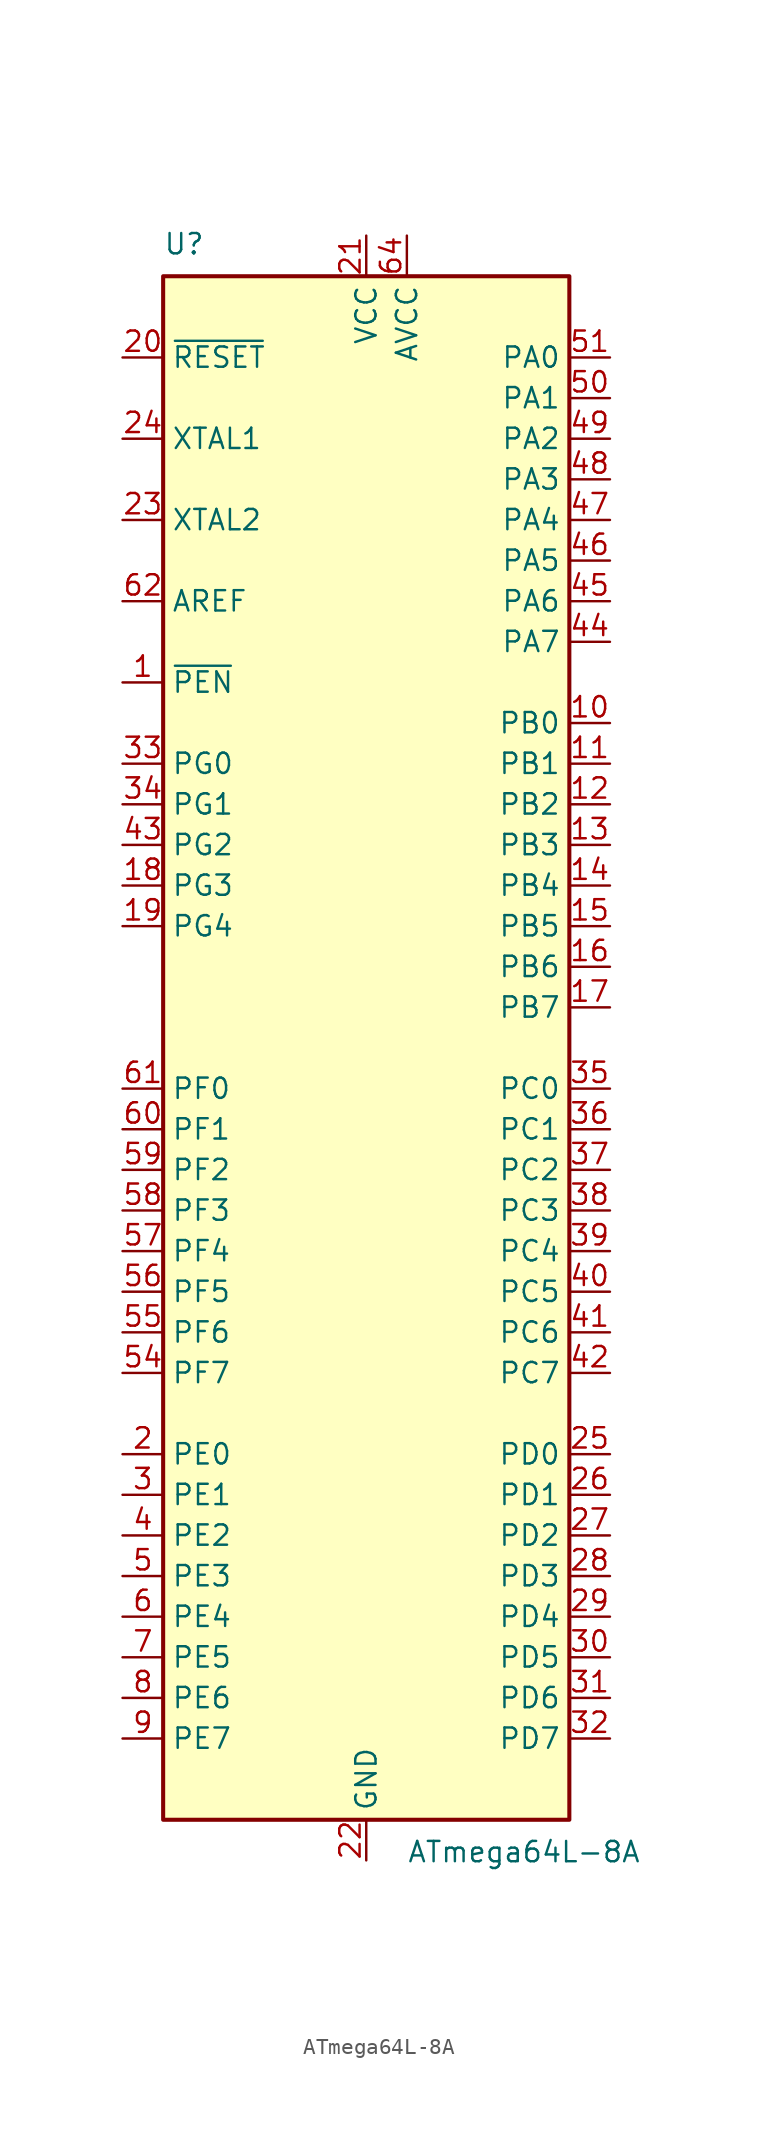
<source format=kicad_sym>
(kicad_symbol_lib
  (version 20211014)
  (generator kicad_symbol_editor)
  (symbol "ATmega64L-8A"
    (property "Reference" "U"
      (at -12.7 49.53 0)
      (effects (font (size 1.27 1.27)) (justify left bottom)))
    (property "Value" "ATmega64L-8A"
      (at 2.54 -49.53 0)
      (effects (font (size 1.27 1.27)) (justify left top)))
    (symbol "ATmega64L-8A_0_1"
      (rectangle (start -12.7 -48.26) (end 12.7 48.26) (stroke (width 0.254) (type default) (color 0 0 0 0)) (fill (type background))))
    (symbol "ATmega64L-8A_1_1"
      (pin input line (at -15.24 22.86 0) (length 2.54) (name "~{PEN}" (effects (font (size 1.27 1.27)))) (number "1" (effects (font (size 1.27 1.27)))))
      (pin bidirectional line (at 15.24 20.32 180) (length 2.54) (name "PB0" (effects (font (size 1.27 1.27)))) (number "10" (effects (font (size 1.27 1.27)))))
      (pin bidirectional line (at 15.24 17.78 180) (length 2.54) (name "PB1" (effects (font (size 1.27 1.27)))) (number "11" (effects (font (size 1.27 1.27)))))
      (pin bidirectional line (at 15.24 15.24 180) (length 2.54) (name "PB2" (effects (font (size 1.27 1.27)))) (number "12" (effects (font (size 1.27 1.27)))))
      (pin bidirectional line (at 15.24 12.7 180) (length 2.54) (name "PB3" (effects (font (size 1.27 1.27)))) (number "13" (effects (font (size 1.27 1.27)))))
      (pin bidirectional line (at 15.24 10.16 180) (length 2.54) (name "PB4" (effects (font (size 1.27 1.27)))) (number "14" (effects (font (size 1.27 1.27)))))
      (pin bidirectional line (at 15.24 7.62 180) (length 2.54) (name "PB5" (effects (font (size 1.27 1.27)))) (number "15" (effects (font (size 1.27 1.27)))))
      (pin bidirectional line (at 15.24 5.08 180) (length 2.54) (name "PB6" (effects (font (size 1.27 1.27)))) (number "16" (effects (font (size 1.27 1.27)))))
      (pin bidirectional line (at 15.24 2.54 180) (length 2.54) (name "PB7" (effects (font (size 1.27 1.27)))) (number "17" (effects (font (size 1.27 1.27)))))
      (pin bidirectional line (at -15.24 10.16 0) (length 2.54) (name "PG3" (effects (font (size 1.27 1.27)))) (number "18" (effects (font (size 1.27 1.27)))))
      (pin bidirectional line (at -15.24 7.62 0) (length 2.54) (name "PG4" (effects (font (size 1.27 1.27)))) (number "19" (effects (font (size 1.27 1.27)))))
      (pin bidirectional line (at -15.24 -25.4 0) (length 2.54) (name "PE0" (effects (font (size 1.27 1.27)))) (number "2" (effects (font (size 1.27 1.27)))))
      (pin input line (at -15.24 43.18 0) (length 2.54) (name "~{RESET}" (effects (font (size 1.27 1.27)))) (number "20" (effects (font (size 1.27 1.27)))))
      (pin power_in line (at 0 50.8 270) (length 2.54) (name "VCC" (effects (font (size 1.27 1.27)))) (number "21" (effects (font (size 1.27 1.27)))))
      (pin power_in line (at 0 -50.8 90) (length 2.54) (name "GND" (effects (font (size 1.27 1.27)))) (number "22" (effects (font (size 1.27 1.27)))))
      (pin output line (at -15.24 33.02 0) (length 2.54) (name "XTAL2" (effects (font (size 1.27 1.27)))) (number "23" (effects (font (size 1.27 1.27)))))
      (pin input line (at -15.24 38.1 0) (length 2.54) (name "XTAL1" (effects (font (size 1.27 1.27)))) (number "24" (effects (font (size 1.27 1.27)))))
      (pin bidirectional line (at 15.24 -25.4 180) (length 2.54) (name "PD0" (effects (font (size 1.27 1.27)))) (number "25" (effects (font (size 1.27 1.27)))))
      (pin bidirectional line (at 15.24 -27.94 180) (length 2.54) (name "PD1" (effects (font (size 1.27 1.27)))) (number "26" (effects (font (size 1.27 1.27)))))
      (pin bidirectional line (at 15.24 -30.48 180) (length 2.54) (name "PD2" (effects (font (size 1.27 1.27)))) (number "27" (effects (font (size 1.27 1.27)))))
      (pin bidirectional line (at 15.24 -33.02 180) (length 2.54) (name "PD3" (effects (font (size 1.27 1.27)))) (number "28" (effects (font (size 1.27 1.27)))))
      (pin bidirectional line (at 15.24 -35.56 180) (length 2.54) (name "PD4" (effects (font (size 1.27 1.27)))) (number "29" (effects (font (size 1.27 1.27)))))
      (pin bidirectional line (at -15.24 -27.94 0) (length 2.54) (name "PE1" (effects (font (size 1.27 1.27)))) (number "3" (effects (font (size 1.27 1.27)))))
      (pin bidirectional line (at 15.24 -38.1 180) (length 2.54) (name "PD5" (effects (font (size 1.27 1.27)))) (number "30" (effects (font (size 1.27 1.27)))))
      (pin bidirectional line (at 15.24 -40.64 180) (length 2.54) (name "PD6" (effects (font (size 1.27 1.27)))) (number "31" (effects (font (size 1.27 1.27)))))
      (pin bidirectional line (at 15.24 -43.18 180) (length 2.54) (name "PD7" (effects (font (size 1.27 1.27)))) (number "32" (effects (font (size 1.27 1.27)))))
      (pin bidirectional line (at -15.24 17.78 0) (length 2.54) (name "PG0" (effects (font (size 1.27 1.27)))) (number "33" (effects (font (size 1.27 1.27)))))
      (pin bidirectional line (at -15.24 15.24 0) (length 2.54) (name "PG1" (effects (font (size 1.27 1.27)))) (number "34" (effects (font (size 1.27 1.27)))))
      (pin bidirectional line (at 15.24 -2.54 180) (length 2.54) (name "PC0" (effects (font (size 1.27 1.27)))) (number "35" (effects (font (size 1.27 1.27)))))
      (pin bidirectional line (at 15.24 -5.08 180) (length 2.54) (name "PC1" (effects (font (size 1.27 1.27)))) (number "36" (effects (font (size 1.27 1.27)))))
      (pin bidirectional line (at 15.24 -7.62 180) (length 2.54) (name "PC2" (effects (font (size 1.27 1.27)))) (number "37" (effects (font (size 1.27 1.27)))))
      (pin bidirectional line (at 15.24 -10.16 180) (length 2.54) (name "PC3" (effects (font (size 1.27 1.27)))) (number "38" (effects (font (size 1.27 1.27)))))
      (pin bidirectional line (at 15.24 -12.7 180) (length 2.54) (name "PC4" (effects (font (size 1.27 1.27)))) (number "39" (effects (font (size 1.27 1.27)))))
      (pin bidirectional line (at -15.24 -30.48 0) (length 2.54) (name "PE2" (effects (font (size 1.27 1.27)))) (number "4" (effects (font (size 1.27 1.27)))))
      (pin bidirectional line (at 15.24 -15.24 180) (length 2.54) (name "PC5" (effects (font (size 1.27 1.27)))) (number "40" (effects (font (size 1.27 1.27)))))
      (pin bidirectional line (at 15.24 -17.78 180) (length 2.54) (name "PC6" (effects (font (size 1.27 1.27)))) (number "41" (effects (font (size 1.27 1.27)))))
      (pin bidirectional line (at 15.24 -20.32 180) (length 2.54) (name "PC7" (effects (font (size 1.27 1.27)))) (number "42" (effects (font (size 1.27 1.27)))))
      (pin bidirectional line (at -15.24 12.7 0) (length 2.54) (name "PG2" (effects (font (size 1.27 1.27)))) (number "43" (effects (font (size 1.27 1.27)))))
      (pin bidirectional line (at 15.24 25.4 180) (length 2.54) (name "PA7" (effects (font (size 1.27 1.27)))) (number "44" (effects (font (size 1.27 1.27)))))
      (pin bidirectional line (at 15.24 27.94 180) (length 2.54) (name "PA6" (effects (font (size 1.27 1.27)))) (number "45" (effects (font (size 1.27 1.27)))))
      (pin bidirectional line (at 15.24 30.48 180) (length 2.54) (name "PA5" (effects (font (size 1.27 1.27)))) (number "46" (effects (font (size 1.27 1.27)))))
      (pin bidirectional line (at 15.24 33.02 180) (length 2.54) (name "PA4" (effects (font (size 1.27 1.27)))) (number "47" (effects (font (size 1.27 1.27)))))
      (pin bidirectional line (at 15.24 35.56 180) (length 2.54) (name "PA3" (effects (font (size 1.27 1.27)))) (number "48" (effects (font (size 1.27 1.27)))))
      (pin bidirectional line (at 15.24 38.1 180) (length 2.54) (name "PA2" (effects (font (size 1.27 1.27)))) (number "49" (effects (font (size 1.27 1.27)))))
      (pin bidirectional line (at -15.24 -33.02 0) (length 2.54) (name "PE3" (effects (font (size 1.27 1.27)))) (number "5" (effects (font (size 1.27 1.27)))))
      (pin bidirectional line (at 15.24 40.64 180) (length 2.54) (name "PA1" (effects (font (size 1.27 1.27)))) (number "50" (effects (font (size 1.27 1.27)))))
      (pin bidirectional line (at 15.24 43.18 180) (length 2.54) (name "PA0" (effects (font (size 1.27 1.27)))) (number "51" (effects (font (size 1.27 1.27)))))
      (pin passive line (at 0 50.8 270) (length 2.54) hide (name "VCC" (effects (font (size 1.27 1.27)))) (number "52" (effects (font (size 1.27 1.27)))))
      (pin passive line (at 0 -50.8 90) (length 2.54) hide (name "GND" (effects (font (size 1.27 1.27)))) (number "53" (effects (font (size 1.27 1.27)))))
      (pin bidirectional line (at -15.24 -20.32 0) (length 2.54) (name "PF7" (effects (font (size 1.27 1.27)))) (number "54" (effects (font (size 1.27 1.27)))))
      (pin bidirectional line (at -15.24 -17.78 0) (length 2.54) (name "PF6" (effects (font (size 1.27 1.27)))) (number "55" (effects (font (size 1.27 1.27)))))
      (pin bidirectional line (at -15.24 -15.24 0) (length 2.54) (name "PF5" (effects (font (size 1.27 1.27)))) (number "56" (effects (font (size 1.27 1.27)))))
      (pin bidirectional line (at -15.24 -12.7 0) (length 2.54) (name "PF4" (effects (font (size 1.27 1.27)))) (number "57" (effects (font (size 1.27 1.27)))))
      (pin bidirectional line (at -15.24 -10.16 0) (length 2.54) (name "PF3" (effects (font (size 1.27 1.27)))) (number "58" (effects (font (size 1.27 1.27)))))
      (pin bidirectional line (at -15.24 -7.62 0) (length 2.54) (name "PF2" (effects (font (size 1.27 1.27)))) (number "59" (effects (font (size 1.27 1.27)))))
      (pin bidirectional line (at -15.24 -35.56 0) (length 2.54) (name "PE4" (effects (font (size 1.27 1.27)))) (number "6" (effects (font (size 1.27 1.27)))))
      (pin bidirectional line (at -15.24 -5.08 0) (length 2.54) (name "PF1" (effects (font (size 1.27 1.27)))) (number "60" (effects (font (size 1.27 1.27)))))
      (pin bidirectional line (at -15.24 -2.54 0) (length 2.54) (name "PF0" (effects (font (size 1.27 1.27)))) (number "61" (effects (font (size 1.27 1.27)))))
      (pin passive line (at -15.24 27.94 0) (length 2.54) (name "AREF" (effects (font (size 1.27 1.27)))) (number "62" (effects (font (size 1.27 1.27)))))
      (pin passive line (at 0 -50.8 90) (length 2.54) hide (name "GND" (effects (font (size 1.27 1.27)))) (number "63" (effects (font (size 1.27 1.27)))))
      (pin power_in line (at 2.54 50.8 270) (length 2.54) (name "AVCC" (effects (font (size 1.27 1.27)))) (number "64" (effects (font (size 1.27 1.27)))))
      (pin bidirectional line (at -15.24 -38.1 0) (length 2.54) (name "PE5" (effects (font (size 1.27 1.27)))) (number "7" (effects (font (size 1.27 1.27)))))
      (pin bidirectional line (at -15.24 -40.64 0) (length 2.54) (name "PE6" (effects (font (size 1.27 1.27)))) (number "8" (effects (font (size 1.27 1.27)))))
      (pin bidirectional line (at -15.24 -43.18 0) (length 2.54) (name "PE7" (effects (font (size 1.27 1.27)))) (number "9" (effects (font (size 1.27 1.27))))))))
</source>
